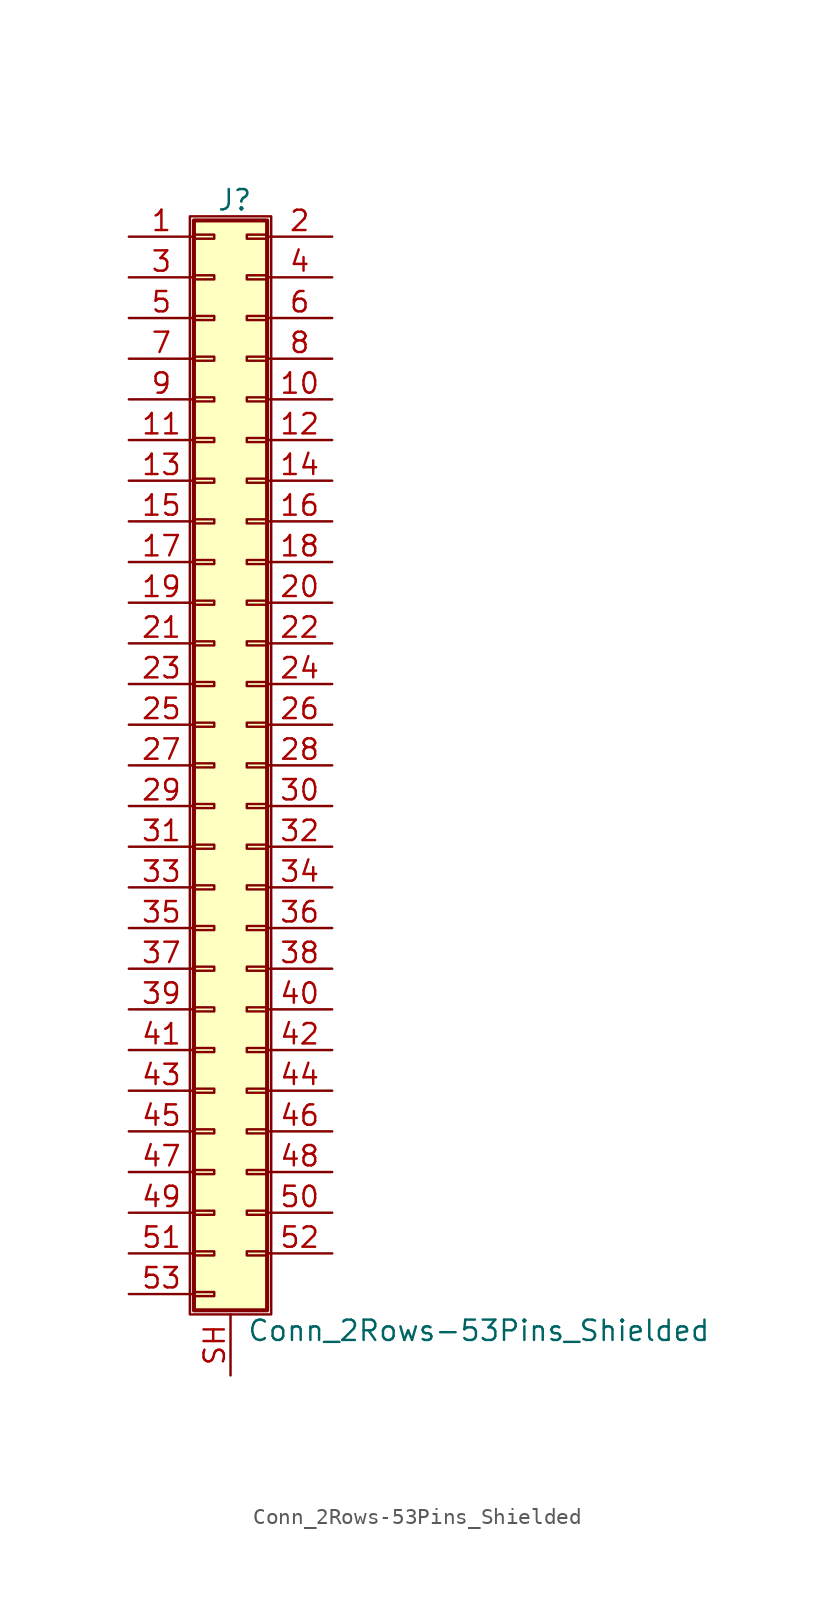
<source format=kicad_sym>
(kicad_symbol_lib
  (version 20201005)
  (generator kicad_symbol_editor)
  (symbol "Connector_Generic_Shielded:Conn_2Rows-53Pins_Shielded"
    (pin_names
      (offset 1.016) hide)
    (property "Reference" "J"
      (at 1.524 35.306 0)
      (effects (font (size 1.27 1.27))))
    (property "Value" "Conn_2Rows-53Pins_Shielded"
      (at 2.286 -35.306 0)
      (effects (font (size 1.27 1.27)) (justify left)))
    (symbol "Conn_2Rows-53Pins_Shielded_1_1"
      (rectangle (start -1.016 -27.813) (end 0.254 -28.067) (stroke (width 0.152)) (fill (type none)))
      (rectangle (start -1.016 -30.353) (end 0.254 -30.607) (stroke (width 0.152)) (fill (type none)))
      (rectangle (start -1.016 -32.893) (end 0.254 -33.147) (stroke (width 0.152)) (fill (type none)))
      (rectangle (start -1.016 -4.953) (end 0.254 -5.207) (stroke (width 0.152)) (fill (type none)))
      (rectangle (start -1.016 -7.493) (end 0.254 -7.747) (stroke (width 0.152)) (fill (type none)))
      (rectangle (start -1.016 -10.033) (end 0.254 -10.287) (stroke (width 0.152)) (fill (type none)))
      (rectangle (start -1.016 -12.573) (end 0.254 -12.827) (stroke (width 0.152)) (fill (type none)))
      (rectangle (start -1.016 -15.113) (end 0.254 -15.367) (stroke (width 0.152)) (fill (type none)))
      (rectangle (start -1.016 -17.653) (end 0.254 -17.907) (stroke (width 0.152)) (fill (type none)))
      (rectangle (start -1.016 -20.193) (end 0.254 -20.447) (stroke (width 0.152)) (fill (type none)))
      (rectangle (start -1.016 -22.733) (end 0.254 -22.987) (stroke (width 0.152)) (fill (type none)))
      (rectangle (start -1.016 -2.413) (end 0.254 -2.667) (stroke (width 0.152)) (fill (type none)))
      (rectangle (start -1.016 -25.273) (end 0.254 -25.527) (stroke (width 0.152)) (fill (type none)))
      (rectangle (start -1.016 25.527) (end 0.254 25.273) (stroke (width 0.152)) (fill (type none)))
      (rectangle (start -1.016 2.667) (end 0.254 2.413) (stroke (width 0.152)) (fill (type none)))
      (rectangle (start -1.016 28.067) (end 0.254 27.813) (stroke (width 0.152)) (fill (type none)))
      (rectangle (start -1.016 30.607) (end 0.254 30.353) (stroke (width 0.152)) (fill (type none)))
      (rectangle (start -1.016 33.147) (end 0.254 32.893) (stroke (width 0.152)) (fill (type none)))
      (rectangle (start -1.016 34.036) (end 3.556 -34.036) (stroke (width 0.254)) (fill (type background)))
      (rectangle (start -1.016 5.207) (end 0.254 4.953) (stroke (width 0.152)) (fill (type none)))
      (rectangle (start -1.016 7.747) (end 0.254 7.493) (stroke (width 0.152)) (fill (type none)))
      (rectangle (start -1.016 10.287) (end 0.254 10.033) (stroke (width 0.152)) (fill (type none)))
      (rectangle (start -1.016 0.127) (end 0.254 -0.127) (stroke (width 0.152)) (fill (type none)))
      (rectangle (start -1.016 12.827) (end 0.254 12.573) (stroke (width 0.152)) (fill (type none)))
      (rectangle (start -1.016 15.367) (end 0.254 15.113) (stroke (width 0.152)) (fill (type none)))
      (rectangle (start -1.016 17.907) (end 0.254 17.653) (stroke (width 0.152)) (fill (type none)))
      (rectangle (start -1.016 20.447) (end 0.254 20.193) (stroke (width 0.152)) (fill (type none)))
      (rectangle (start -1.016 22.987) (end 0.254 22.733) (stroke (width 0.152)) (fill (type none)))
      (rectangle (start -1.27 34.29) (end 3.81 -34.29) (stroke (width 0.152)) (fill (type none)))
      (rectangle (start 3.556 -27.813) (end 2.286 -28.067) (stroke (width 0.152)) (fill (type none)))
      (rectangle (start 3.556 -30.353) (end 2.286 -30.607) (stroke (width 0.152)) (fill (type none)))
      (rectangle (start 3.556 -4.953) (end 2.286 -5.207) (stroke (width 0.152)) (fill (type none)))
      (rectangle (start 3.556 -7.493) (end 2.286 -7.747) (stroke (width 0.152)) (fill (type none)))
      (rectangle (start 3.556 -10.033) (end 2.286 -10.287) (stroke (width 0.152)) (fill (type none)))
      (rectangle (start 3.556 -12.573) (end 2.286 -12.827) (stroke (width 0.152)) (fill (type none)))
      (rectangle (start 3.556 -15.113) (end 2.286 -15.367) (stroke (width 0.152)) (fill (type none)))
      (rectangle (start 3.556 -17.653) (end 2.286 -17.907) (stroke (width 0.152)) (fill (type none)))
      (rectangle (start 3.556 -20.193) (end 2.286 -20.447) (stroke (width 0.152)) (fill (type none)))
      (rectangle (start 3.556 -22.733) (end 2.286 -22.987) (stroke (width 0.152)) (fill (type none)))
      (rectangle (start 3.556 -2.413) (end 2.286 -2.667) (stroke (width 0.152)) (fill (type none)))
      (rectangle (start 3.556 -25.273) (end 2.286 -25.527) (stroke (width 0.152)) (fill (type none)))
      (rectangle (start 3.556 25.527) (end 2.286 25.273) (stroke (width 0.152)) (fill (type none)))
      (rectangle (start 3.556 2.667) (end 2.286 2.413) (stroke (width 0.152)) (fill (type none)))
      (rectangle (start 3.556 28.067) (end 2.286 27.813) (stroke (width 0.152)) (fill (type none)))
      (rectangle (start 3.556 30.607) (end 2.286 30.353) (stroke (width 0.152)) (fill (type none)))
      (rectangle (start 3.556 33.147) (end 2.286 32.893) (stroke (width 0.152)) (fill (type none)))
      (rectangle (start 3.556 5.207) (end 2.286 4.953) (stroke (width 0.152)) (fill (type none)))
      (rectangle (start 3.556 7.747) (end 2.286 7.493) (stroke (width 0.152)) (fill (type none)))
      (rectangle (start 3.556 10.287) (end 2.286 10.033) (stroke (width 0.152)) (fill (type none)))
      (rectangle (start 3.556 0.127) (end 2.286 -0.127) (stroke (width 0.152)) (fill (type none)))
      (rectangle (start 3.556 12.827) (end 2.286 12.573) (stroke (width 0.152)) (fill (type none)))
      (rectangle (start 3.556 15.367) (end 2.286 15.113) (stroke (width 0.152)) (fill (type none)))
      (rectangle (start 3.556 17.907) (end 2.286 17.653) (stroke (width 0.152)) (fill (type none)))
      (rectangle (start 3.556 20.447) (end 2.286 20.193) (stroke (width 0.152)) (fill (type none)))
      (rectangle (start 3.556 22.987) (end 2.286 22.733) (stroke (width 0.152)) (fill (type none)))
      (pin passive line (at -5.08 33.02 0) (length 4.064) (name "Pin_1" (effects (font (size 1.27 1.27)))) (number "1" (effects (font (size 1.27 1.27)))))
      (pin passive line (at 7.62 22.86 180) (length 4.064) (name "Pin_10" (effects (font (size 1.27 1.27)))) (number "10" (effects (font (size 1.27 1.27)))))
      (pin passive line (at -5.08 20.32 0) (length 4.064) (name "Pin_11" (effects (font (size 1.27 1.27)))) (number "11" (effects (font (size 1.27 1.27)))))
      (pin passive line (at 7.62 20.32 180) (length 4.064) (name "Pin_12" (effects (font (size 1.27 1.27)))) (number "12" (effects (font (size 1.27 1.27)))))
      (pin passive line (at -5.08 17.78 0) (length 4.064) (name "Pin_13" (effects (font (size 1.27 1.27)))) (number "13" (effects (font (size 1.27 1.27)))))
      (pin passive line (at 7.62 17.78 180) (length 4.064) (name "Pin_14" (effects (font (size 1.27 1.27)))) (number "14" (effects (font (size 1.27 1.27)))))
      (pin passive line (at -5.08 15.24 0) (length 4.064) (name "Pin_15" (effects (font (size 1.27 1.27)))) (number "15" (effects (font (size 1.27 1.27)))))
      (pin passive line (at 7.62 15.24 180) (length 4.064) (name "Pin_16" (effects (font (size 1.27 1.27)))) (number "16" (effects (font (size 1.27 1.27)))))
      (pin passive line (at -5.08 12.7 0) (length 4.064) (name "Pin_17" (effects (font (size 1.27 1.27)))) (number "17" (effects (font (size 1.27 1.27)))))
      (pin passive line (at 7.62 12.7 180) (length 4.064) (name "Pin_18" (effects (font (size 1.27 1.27)))) (number "18" (effects (font (size 1.27 1.27)))))
      (pin passive line (at -5.08 10.16 0) (length 4.064) (name "Pin_19" (effects (font (size 1.27 1.27)))) (number "19" (effects (font (size 1.27 1.27)))))
      (pin passive line (at 7.62 33.02 180) (length 4.064) (name "Pin_2" (effects (font (size 1.27 1.27)))) (number "2" (effects (font (size 1.27 1.27)))))
      (pin passive line (at 7.62 10.16 180) (length 4.064) (name "Pin_20" (effects (font (size 1.27 1.27)))) (number "20" (effects (font (size 1.27 1.27)))))
      (pin passive line (at -5.08 7.62 0) (length 4.064) (name "Pin_21" (effects (font (size 1.27 1.27)))) (number "21" (effects (font (size 1.27 1.27)))))
      (pin passive line (at 7.62 7.62 180) (length 4.064) (name "Pin_22" (effects (font (size 1.27 1.27)))) (number "22" (effects (font (size 1.27 1.27)))))
      (pin passive line (at -5.08 5.08 0) (length 4.064) (name "Pin_23" (effects (font (size 1.27 1.27)))) (number "23" (effects (font (size 1.27 1.27)))))
      (pin passive line (at 7.62 5.08 180) (length 4.064) (name "Pin_24" (effects (font (size 1.27 1.27)))) (number "24" (effects (font (size 1.27 1.27)))))
      (pin passive line (at -5.08 2.54 0) (length 4.064) (name "Pin_25" (effects (font (size 1.27 1.27)))) (number "25" (effects (font (size 1.27 1.27)))))
      (pin passive line (at 7.62 2.54 180) (length 4.064) (name "Pin_26" (effects (font (size 1.27 1.27)))) (number "26" (effects (font (size 1.27 1.27)))))
      (pin passive line (at -5.08 0 0) (length 4.064) (name "Pin_27" (effects (font (size 1.27 1.27)))) (number "27" (effects (font (size 1.27 1.27)))))
      (pin passive line (at 7.62 0 180) (length 4.064) (name "Pin_28" (effects (font (size 1.27 1.27)))) (number "28" (effects (font (size 1.27 1.27)))))
      (pin passive line (at -5.08 -2.54 0) (length 4.064) (name "Pin_29" (effects (font (size 1.27 1.27)))) (number "29" (effects (font (size 1.27 1.27)))))
      (pin passive line (at -5.08 30.48 0) (length 4.064) (name "Pin_3" (effects (font (size 1.27 1.27)))) (number "3" (effects (font (size 1.27 1.27)))))
      (pin passive line (at 7.62 -2.54 180) (length 4.064) (name "Pin_30" (effects (font (size 1.27 1.27)))) (number "30" (effects (font (size 1.27 1.27)))))
      (pin passive line (at -5.08 -5.08 0) (length 4.064) (name "Pin_31" (effects (font (size 1.27 1.27)))) (number "31" (effects (font (size 1.27 1.27)))))
      (pin passive line (at 7.62 -5.08 180) (length 4.064) (name "Pin_32" (effects (font (size 1.27 1.27)))) (number "32" (effects (font (size 1.27 1.27)))))
      (pin passive line (at -5.08 -7.62 0) (length 4.064) (name "Pin_33" (effects (font (size 1.27 1.27)))) (number "33" (effects (font (size 1.27 1.27)))))
      (pin passive line (at 7.62 -7.62 180) (length 4.064) (name "Pin_34" (effects (font (size 1.27 1.27)))) (number "34" (effects (font (size 1.27 1.27)))))
      (pin passive line (at -5.08 -10.16 0) (length 4.064) (name "Pin_35" (effects (font (size 1.27 1.27)))) (number "35" (effects (font (size 1.27 1.27)))))
      (pin passive line (at 7.62 -10.16 180) (length 4.064) (name "Pin_36" (effects (font (size 1.27 1.27)))) (number "36" (effects (font (size 1.27 1.27)))))
      (pin passive line (at -5.08 -12.7 0) (length 4.064) (name "Pin_37" (effects (font (size 1.27 1.27)))) (number "37" (effects (font (size 1.27 1.27)))))
      (pin passive line (at 7.62 -12.7 180) (length 4.064) (name "Pin_38" (effects (font (size 1.27 1.27)))) (number "38" (effects (font (size 1.27 1.27)))))
      (pin passive line (at -5.08 -15.24 0) (length 4.064) (name "Pin_39" (effects (font (size 1.27 1.27)))) (number "39" (effects (font (size 1.27 1.27)))))
      (pin passive line (at 7.62 30.48 180) (length 4.064) (name "Pin_4" (effects (font (size 1.27 1.27)))) (number "4" (effects (font (size 1.27 1.27)))))
      (pin passive line (at 7.62 -15.24 180) (length 4.064) (name "Pin_40" (effects (font (size 1.27 1.27)))) (number "40" (effects (font (size 1.27 1.27)))))
      (pin passive line (at -5.08 -17.78 0) (length 4.064) (name "Pin_41" (effects (font (size 1.27 1.27)))) (number "41" (effects (font (size 1.27 1.27)))))
      (pin passive line (at 7.62 -17.78 180) (length 4.064) (name "Pin_42" (effects (font (size 1.27 1.27)))) (number "42" (effects (font (size 1.27 1.27)))))
      (pin passive line (at -5.08 -20.32 0) (length 4.064) (name "Pin_43" (effects (font (size 1.27 1.27)))) (number "43" (effects (font (size 1.27 1.27)))))
      (pin passive line (at 7.62 -20.32 180) (length 4.064) (name "Pin_44" (effects (font (size 1.27 1.27)))) (number "44" (effects (font (size 1.27 1.27)))))
      (pin passive line (at -5.08 -22.86 0) (length 4.064) (name "Pin_45" (effects (font (size 1.27 1.27)))) (number "45" (effects (font (size 1.27 1.27)))))
      (pin passive line (at 7.62 -22.86 180) (length 4.064) (name "Pin_46" (effects (font (size 1.27 1.27)))) (number "46" (effects (font (size 1.27 1.27)))))
      (pin passive line (at -5.08 -25.4 0) (length 4.064) (name "Pin_47" (effects (font (size 1.27 1.27)))) (number "47" (effects (font (size 1.27 1.27)))))
      (pin passive line (at 7.62 -25.4 180) (length 4.064) (name "Pin_48" (effects (font (size 1.27 1.27)))) (number "48" (effects (font (size 1.27 1.27)))))
      (pin passive line (at -5.08 -27.94 0) (length 4.064) (name "Pin_49" (effects (font (size 1.27 1.27)))) (number "49" (effects (font (size 1.27 1.27)))))
      (pin passive line (at -5.08 27.94 0) (length 4.064) (name "Pin_5" (effects (font (size 1.27 1.27)))) (number "5" (effects (font (size 1.27 1.27)))))
      (pin passive line (at 7.62 -27.94 180) (length 4.064) (name "Pin_50" (effects (font (size 1.27 1.27)))) (number "50" (effects (font (size 1.27 1.27)))))
      (pin passive line (at -5.08 -30.48 0) (length 4.064) (name "Pin_51" (effects (font (size 1.27 1.27)))) (number "51" (effects (font (size 1.27 1.27)))))
      (pin passive line (at 7.62 -30.48 180) (length 4.064) (name "Pin_52" (effects (font (size 1.27 1.27)))) (number "52" (effects (font (size 1.27 1.27)))))
      (pin passive line (at -5.08 -33.02 0) (length 4.064) (name "Pin_53" (effects (font (size 1.27 1.27)))) (number "53" (effects (font (size 1.27 1.27)))))
      (pin passive line (at 7.62 27.94 180) (length 4.064) (name "Pin_6" (effects (font (size 1.27 1.27)))) (number "6" (effects (font (size 1.27 1.27)))))
      (pin passive line (at -5.08 25.4 0) (length 4.064) (name "Pin_7" (effects (font (size 1.27 1.27)))) (number "7" (effects (font (size 1.27 1.27)))))
      (pin passive line (at 7.62 25.4 180) (length 4.064) (name "Pin_8" (effects (font (size 1.27 1.27)))) (number "8" (effects (font (size 1.27 1.27)))))
      (pin passive line (at -5.08 22.86 0) (length 4.064) (name "Pin_9" (effects (font (size 1.27 1.27)))) (number "9" (effects (font (size 1.27 1.27)))))
      (pin passive line (at 1.27 -38.1 90) (length 3.81) (name "Shield" (effects (font (size 1.27 1.27)))) (number "SH" (effects (font (size 1.27 1.27))))))))
</source>
